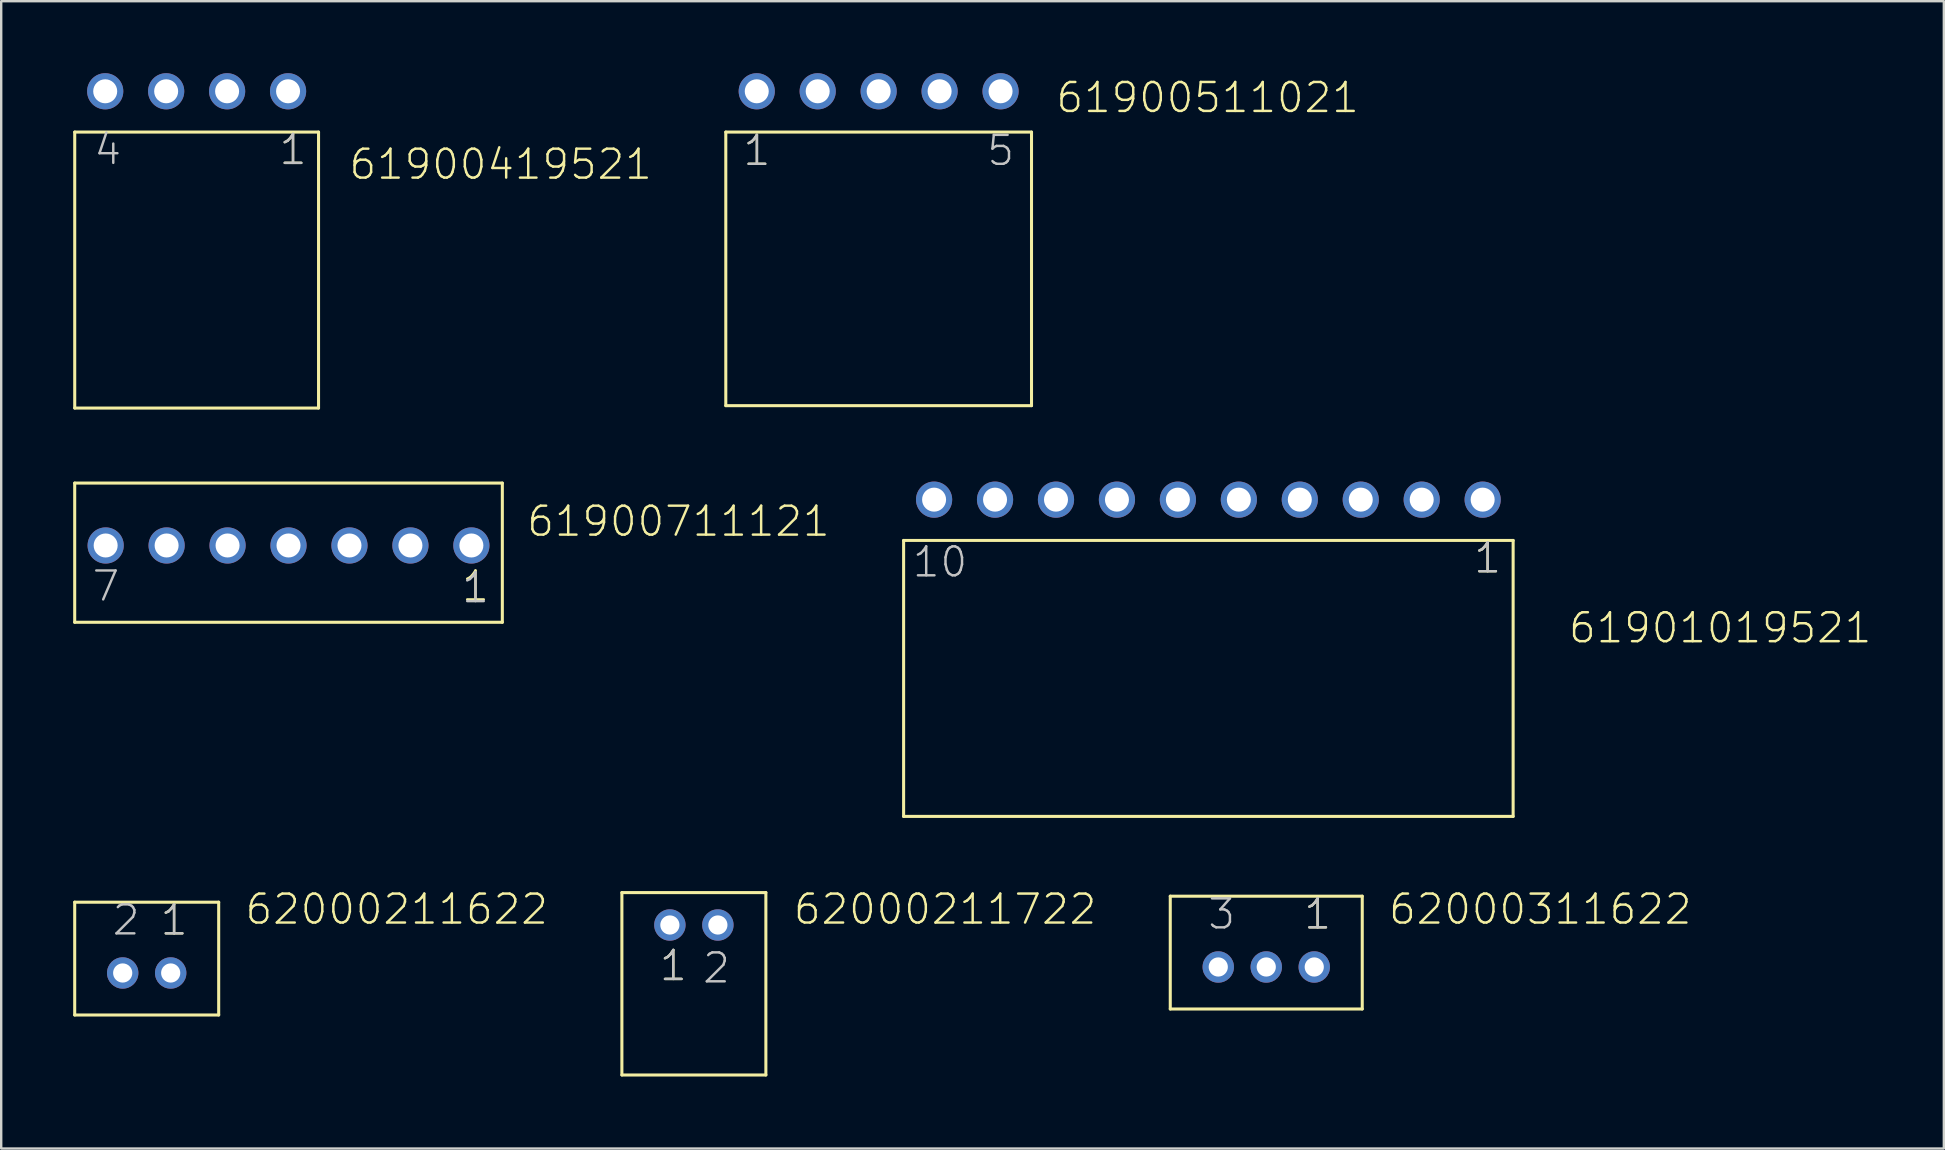
<source format=kicad_pcb>
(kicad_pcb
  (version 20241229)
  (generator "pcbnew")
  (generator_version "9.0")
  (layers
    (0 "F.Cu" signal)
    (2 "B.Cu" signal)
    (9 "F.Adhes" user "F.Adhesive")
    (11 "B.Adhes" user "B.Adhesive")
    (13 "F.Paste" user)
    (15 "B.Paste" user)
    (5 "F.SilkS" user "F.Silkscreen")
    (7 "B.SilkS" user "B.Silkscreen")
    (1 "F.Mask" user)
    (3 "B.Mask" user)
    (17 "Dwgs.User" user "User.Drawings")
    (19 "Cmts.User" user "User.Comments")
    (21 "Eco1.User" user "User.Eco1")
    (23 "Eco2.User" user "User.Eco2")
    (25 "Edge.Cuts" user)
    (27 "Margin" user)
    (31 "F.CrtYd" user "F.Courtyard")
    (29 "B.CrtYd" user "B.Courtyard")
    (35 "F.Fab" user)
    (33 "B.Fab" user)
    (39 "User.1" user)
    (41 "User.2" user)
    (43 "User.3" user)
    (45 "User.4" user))
  (footprint "61901019521"
    (layer "F.Cu")
    (at 47.305 17.771)
    (property "Reference" "61901019521" (at 14.945 6.05 0) (layer "F.SilkS") (effects (font (size 1.206 1.206) (thickness 0.102)) (justify left bottom)))
    (attr through_hole)
    (fp_line (start -12.7 1.7) (end 12.7 1.7) (stroke (width 0.127) (type solid)) (layer "F.SilkS"))
    (fp_line (start -12.7 13.2) (end -12.7 1.7) (stroke (width 0.127) (type solid)) (layer "F.SilkS"))
    (fp_line (start 12.7 1.7) (end 12.7 13.2) (stroke (width 0.127) (type solid)) (layer "F.SilkS"))
    (fp_line (start 12.7 13.2) (end -12.7 13.2) (stroke (width 0.127) (type solid)) (layer "F.SilkS"))
    (fp_text user "1" (at 10.995 3.135 0) (layer "F.SilkS") (effects (font (size 1.206 1.206) (thickness 0.102)) (justify left bottom)))
    (fp_text user "1" (at 10.995 3.135 0) (layer "Dwgs.User") (effects (font (size 1.206 1.206) (thickness 0.102)) (justify left bottom)))
    (fp_text user "10" (at -12.4 3.305 0) (layer "Dwgs.User") (effects (font (size 1.206 1.206) (thickness 0.102)) (justify left bottom)))
    (pad "1" thru_hole circle (at 11.43 0) (size 1.508 1.508) (drill 1) (layers "*.Cu" "*.Mask"))
    (pad "2" thru_hole circle (at 8.89 0) (size 1.508 1.508) (drill 1) (layers "*.Cu" "*.Mask"))
    (pad "3" thru_hole circle (at 6.35 0) (size 1.508 1.508) (drill 1) (layers "*.Cu" "*.Mask"))
    (pad "4" thru_hole circle (at 3.81 0) (size 1.508 1.508) (drill 1) (layers "*.Cu" "*.Mask"))
    (pad "5" thru_hole circle (at 1.27 0) (size 1.508 1.508) (drill 1) (layers "*.Cu" "*.Mask"))
    (pad "6" thru_hole circle (at -1.27 0) (size 1.508 1.508) (drill 1) (layers "*.Cu" "*.Mask"))
    (pad "7" thru_hole circle (at -3.81 0) (size 1.508 1.508) (drill 1) (layers "*.Cu" "*.Mask"))
    (pad "8" thru_hole circle (at -6.35 0) (size 1.508 1.508) (drill 1) (layers "*.Cu" "*.Mask"))
    (pad "9" thru_hole circle (at -8.89 0) (size 1.508 1.508) (drill 1) (layers "*.Cu" "*.Mask"))
    (pad "10" thru_hole circle (at -11.43 0) (size 1.508 1.508) (drill 1) (layers "*.Cu" "*.Mask")))
  (footprint "61900511021"
    (layer "F.Cu")
    (at 33.565 0.754)
    (property "Reference" "61900511021" (at 7.325 0.97 0) (layer "F.SilkS") (effects (font (size 1.206 1.206) (thickness 0.102)) (justify left bottom)))
    (attr through_hole)
    (fp_line (start -6.37 1.7) (end 6.37 1.7) (stroke (width 0.127) (type solid)) (layer "F.SilkS"))
    (fp_line (start -6.37 13.1) (end -6.37 1.7) (stroke (width 0.127) (type solid)) (layer "F.SilkS"))
    (fp_line (start 6.37 1.7) (end 6.37 13.1) (stroke (width 0.127) (type solid)) (layer "F.SilkS"))
    (fp_line (start 6.37 13.1) (end -6.37 13.1) (stroke (width 0.127) (type solid)) (layer "F.SilkS"))
    (fp_text user "1" (at -5.715 3.175 0) (layer "F.SilkS") (effects (font (size 1.206 1.206) (thickness 0.102)) (justify left bottom)))
    (fp_text user "1" (at -5.715 3.175 0) (layer "Dwgs.User") (effects (font (size 1.206 1.206) (thickness 0.102)) (justify left bottom)))
    (fp_text user "5" (at 4.445 3.175 0) (layer "Dwgs.User") (effects (font (size 1.206 1.206) (thickness 0.102)) (justify left bottom)))
    (pad "1" thru_hole circle (at -5.08 0 180) (size 1.508 1.508) (drill 1) (layers "*.Cu" "*.Mask"))
    (pad "2" thru_hole circle (at -2.54 0 180) (size 1.508 1.508) (drill 1) (layers "*.Cu" "*.Mask"))
    (pad "3" thru_hole circle (at 0 0 180) (size 1.508 1.508) (drill 1) (layers "*.Cu" "*.Mask"))
    (pad "4" thru_hole circle (at 2.54 0 180) (size 1.508 1.508) (drill 1) (layers "*.Cu" "*.Mask"))
    (pad "5" thru_hole circle (at 5.08 0 180) (size 1.508 1.508) (drill 1) (layers "*.Cu" "*.Mask")))
  (footprint "61900711121"
    (layer "F.Cu")
    (at 8.973 19.681)
    (property "Reference" "61900711121" (at 9.865 -0.3 0) (layer "F.SilkS") (effects (font (size 1.206 1.206) (thickness 0.102)) (justify left bottom)))
    (attr through_hole)
    (fp_line (start -8.91 -2.6) (end 8.91 -2.6) (stroke (width 0.127) (type solid)) (layer "F.SilkS"))
    (fp_line (start -8.91 3.2) (end -8.91 -2.6) (stroke (width 0.127) (type solid)) (layer "F.SilkS"))
    (fp_line (start 8.91 -2.6) (end 8.91 3.2) (stroke (width 0.127) (type solid)) (layer "F.SilkS"))
    (fp_line (start 8.91 3.2) (end -8.91 3.2) (stroke (width 0.127) (type solid)) (layer "F.SilkS"))
    (fp_text user "1" (at 7.15 2.4 0) (layer "F.SilkS") (effects (font (size 1.206 1.206) (thickness 0.102)) (justify left bottom)))
    (fp_text user "7" (at -8.25 2.4 0) (layer "Dwgs.User") (effects (font (size 1.206 1.206) (thickness 0.102)) (justify left bottom)))
    (fp_text user "1" (at 7.15 2.47 0) (layer "Dwgs.User") (effects (font (size 1.206 1.206) (thickness 0.102)) (justify left bottom)))
    (pad "1" thru_hole circle (at 7.62 0) (size 1.508 1.508) (drill 1) (layers "*.Cu" "*.Mask"))
    (pad "2" thru_hole circle (at 5.08 0) (size 1.508 1.508) (drill 1) (layers "*.Cu" "*.Mask"))
    (pad "3" thru_hole circle (at 2.54 0) (size 1.508 1.508) (drill 1) (layers "*.Cu" "*.Mask"))
    (pad "4" thru_hole circle (at 0 0) (size 1.508 1.508) (drill 1) (layers "*.Cu" "*.Mask"))
    (pad "5" thru_hole circle (at -2.54 0) (size 1.508 1.508) (drill 1) (layers "*.Cu" "*.Mask"))
    (pad "6" thru_hole circle (at -5.08 0) (size 1.508 1.508) (drill 1) (layers "*.Cu" "*.Mask"))
    (pad "7" thru_hole circle (at -7.62 0) (size 1.508 1.508) (drill 1) (layers "*.Cu" "*.Mask")))
  (footprint "62000311622"
    (layer "F.Cu")
    (at 49.717 37.246)
    (property "Reference" "62000311622" (at 5.035 -1.7 0) (layer "F.SilkS") (effects (font (size 1.206 1.206) (thickness 0.102)) (justify left bottom)))
    (attr through_hole)
    (fp_line (start -4 -2.95) (end 4 -2.95) (stroke (width 0.127) (type solid)) (layer "F.SilkS"))
    (fp_line (start -4 1.75) (end -4 -2.95) (stroke (width 0.127) (type solid)) (layer "F.SilkS"))
    (fp_line (start 4 -2.95) (end 4 1.75) (stroke (width 0.127) (type solid)) (layer "F.SilkS"))
    (fp_line (start 4 1.75) (end -4 1.75) (stroke (width 0.127) (type solid)) (layer "F.SilkS"))
    (fp_text user "1" (at 1.5 -1.5 0) (layer "F.SilkS") (effects (font (size 1.206 1.206) (thickness 0.102)) (justify left bottom)))
    (fp_text user "3" (at -2.5 -1.5 0) (layer "Dwgs.User") (effects (font (size 1.206 1.206) (thickness 0.102)) (justify left bottom)))
    (fp_text user "1" (at 1.5 -1.5 0) (layer "Dwgs.User") (effects (font (size 1.206 1.206) (thickness 0.102)) (justify left bottom)))
    (pad "1" thru_hole circle (at 2 0) (size 1.308 1.308) (drill 0.8) (layers "*.Cu" "*.Mask"))
    (pad "2" thru_hole circle (at 0 0) (size 1.308 1.308) (drill 0.8) (layers "*.Cu" "*.Mask"))
    (pad "3" thru_hole circle (at -2 0) (size 1.308 1.308) (drill 0.8) (layers "*.Cu" "*.Mask")))
  (footprint "62000211722"
    (layer "F.Cu")
    (at 25.865 35.496)
    (property "Reference" "62000211722" (at 4.085 0.05 0) (layer "F.SilkS") (effects (font (size 1.206 1.206) (thickness 0.102)) (justify left bottom)))
    (attr through_hole)
    (fp_line (start -3 -1.35) (end 3 -1.35) (stroke (width 0.127) (type solid)) (layer "F.SilkS"))
    (fp_line (start -3 6.25) (end -3 -1.35) (stroke (width 0.127) (type solid)) (layer "F.SilkS"))
    (fp_line (start 3 -1.35) (end 3 6.25) (stroke (width 0.127) (type solid)) (layer "F.SilkS"))
    (fp_line (start 3 6.25) (end -3 6.25) (stroke (width 0.127) (type solid)) (layer "F.SilkS"))
    (fp_text user "1" (at -1.5 2.4 0) (layer "F.SilkS") (effects (font (size 1.206 1.206) (thickness 0.102)) (justify left bottom)))
    (fp_text user "2" (at 0.3 2.5 0) (layer "Dwgs.User") (effects (font (size 1.206 1.206) (thickness 0.102)) (justify left bottom)))
    (fp_text user "1" (at -1.5 2.4 0) (layer "Dwgs.User") (effects (font (size 1.206 1.206) (thickness 0.102)) (justify left bottom)))
    (pad "1" thru_hole circle (at -1 0 180) (size 1.308 1.308) (drill 0.8) (layers "*.Cu" "*.Mask"))
    (pad "2" thru_hole circle (at 1 0 180) (size 1.308 1.308) (drill 0.8) (layers "*.Cu" "*.Mask")))
  (footprint "61900419521"
    (layer "F.Cu")
    (at 5.144 0.754)
    (property "Reference" "61900419521" (at 6.285 3.75 0) (layer "F.SilkS") (effects (font (size 1.206 1.206) (thickness 0.102)) (justify left bottom)))
    (attr through_hole)
    (fp_line (start -5.08 1.7) (end 5.08 1.7) (stroke (width 0.127) (type solid)) (layer "F.SilkS"))
    (fp_line (start -5.08 13.2) (end -5.08 1.7) (stroke (width 0.127) (type solid)) (layer "F.SilkS"))
    (fp_line (start 5.08 1.7) (end 5.08 13.2) (stroke (width 0.127) (type solid)) (layer "F.SilkS"))
    (fp_line (start 5.08 13.2) (end -5.08 13.2) (stroke (width 0.127) (type solid)) (layer "F.SilkS"))
    (fp_text user "1" (at 3.375 3.135 0) (layer "F.SilkS") (effects (font (size 1.206 1.206) (thickness 0.102)) (justify left bottom)))
    (fp_text user "4" (at -4.345 3.135 0) (layer "Dwgs.User") (effects (font (size 1.206 1.206) (thickness 0.102)) (justify left bottom)))
    (fp_text user "1" (at 3.375 3.135 0) (layer "Dwgs.User") (effects (font (size 1.206 1.206) (thickness 0.102)) (justify left bottom)))
    (pad "1" thru_hole circle (at 3.81 0) (size 1.508 1.508) (drill 1) (layers "*.Cu" "*.Mask"))
    (pad "2" thru_hole circle (at 1.27 0) (size 1.508 1.508) (drill 1) (layers "*.Cu" "*.Mask"))
    (pad "3" thru_hole circle (at -1.27 0) (size 1.508 1.508) (drill 1) (layers "*.Cu" "*.Mask"))
    (pad "4" thru_hole circle (at -3.81 0) (size 1.508 1.508) (drill 1) (layers "*.Cu" "*.Mask")))
  (footprint "62000211622"
    (layer "F.Cu")
    (at 3.063 37.496)
    (property "Reference" "62000211622" (at 4.035 -1.95 0) (layer "F.SilkS") (effects (font (size 1.206 1.206) (thickness 0.102)) (justify left bottom)))
    (attr through_hole)
    (fp_line (start -3 -2.95) (end 3 -2.95) (stroke (width 0.127) (type solid)) (layer "F.SilkS"))
    (fp_line (start -3 1.75) (end -3 -2.95) (stroke (width 0.127) (type solid)) (layer "F.SilkS"))
    (fp_line (start 3 -2.95) (end 3 1.75) (stroke (width 0.127) (type solid)) (layer "F.SilkS"))
    (fp_line (start 3 1.75) (end -3 1.75) (stroke (width 0.127) (type solid)) (layer "F.SilkS"))
    (fp_text user "1" (at 0.5 -1.5 0) (layer "F.SilkS") (effects (font (size 1.206 1.206) (thickness 0.102)) (justify left bottom)))
    (fp_text user "2" (at -1.5 -1.5 0) (layer "Dwgs.User") (effects (font (size 1.206 1.206) (thickness 0.102)) (justify left bottom)))
    (fp_text user "1" (at 0.5 -1.5 0) (layer "Dwgs.User") (effects (font (size 1.206 1.206) (thickness 0.102)) (justify left bottom)))
    (pad "1" thru_hole circle (at 1 0) (size 1.308 1.308) (drill 0.8) (layers "*.Cu" "*.Mask"))
    (pad "2" thru_hole circle (at -1 0) (size 1.308 1.308) (drill 0.8) (layers "*.Cu" "*.Mask")))
  (gr_rect
    (start -3 -3)
    (end 77.953 44.81)
    (stroke (width 0.1) (type default))
    (fill no)
    (layer "Edge.Cuts")))
</source>
